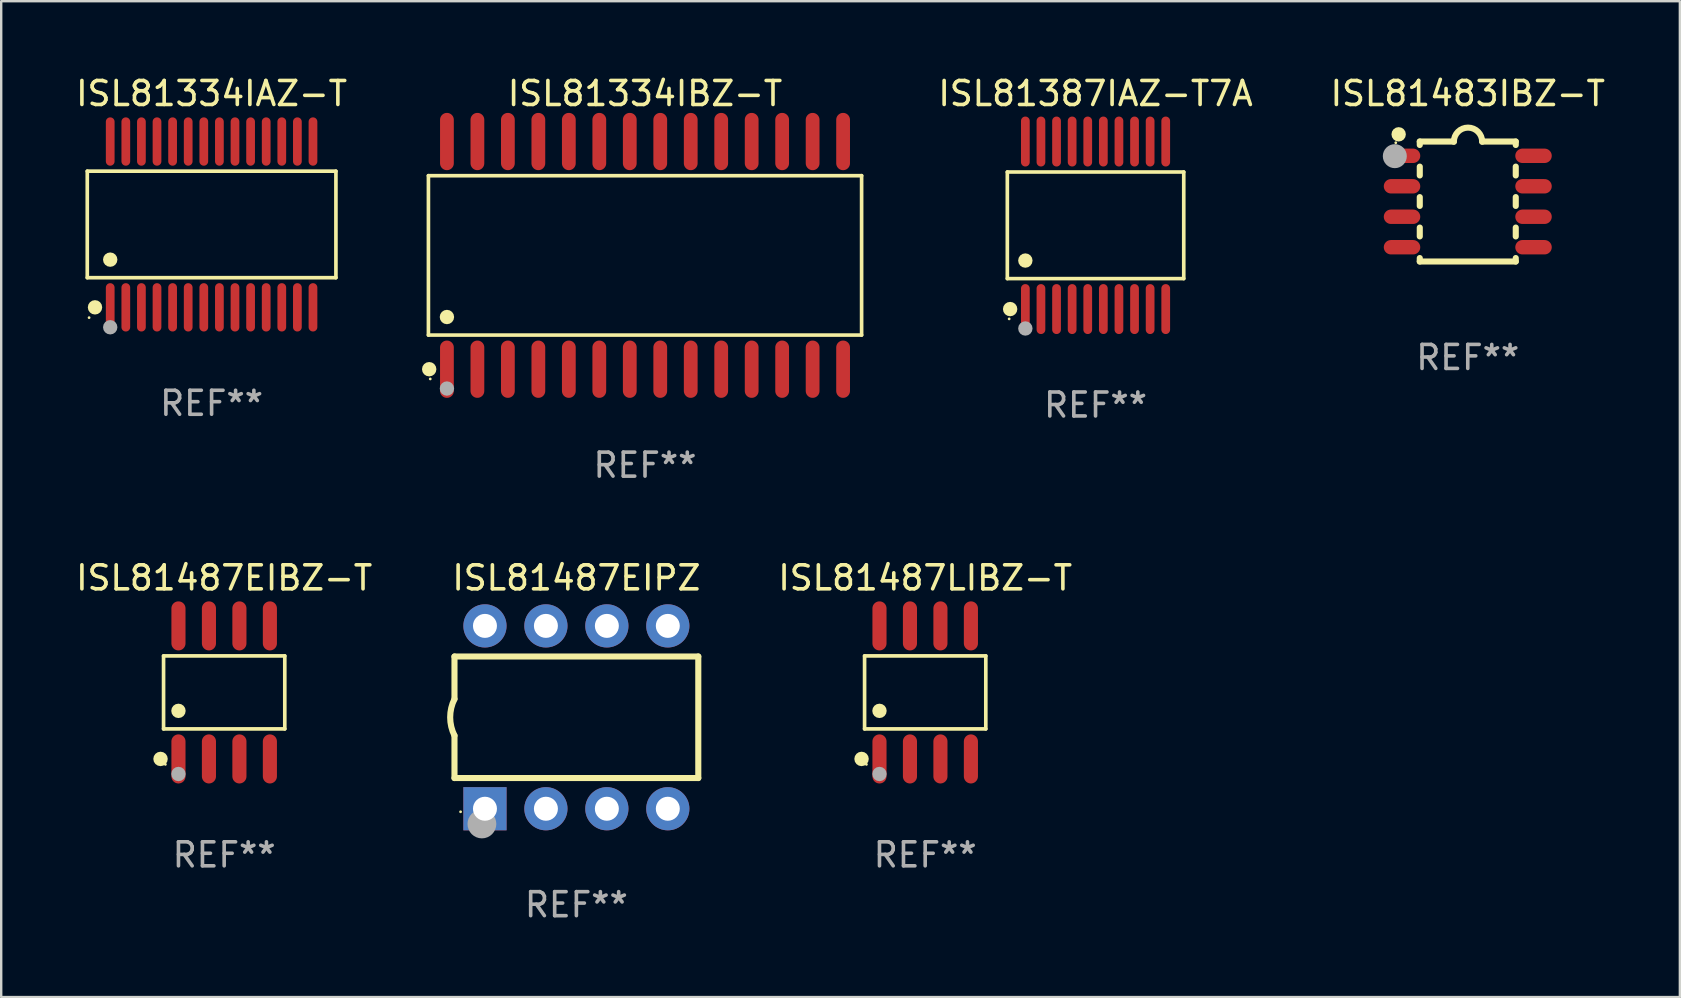
<source format=kicad_pcb>
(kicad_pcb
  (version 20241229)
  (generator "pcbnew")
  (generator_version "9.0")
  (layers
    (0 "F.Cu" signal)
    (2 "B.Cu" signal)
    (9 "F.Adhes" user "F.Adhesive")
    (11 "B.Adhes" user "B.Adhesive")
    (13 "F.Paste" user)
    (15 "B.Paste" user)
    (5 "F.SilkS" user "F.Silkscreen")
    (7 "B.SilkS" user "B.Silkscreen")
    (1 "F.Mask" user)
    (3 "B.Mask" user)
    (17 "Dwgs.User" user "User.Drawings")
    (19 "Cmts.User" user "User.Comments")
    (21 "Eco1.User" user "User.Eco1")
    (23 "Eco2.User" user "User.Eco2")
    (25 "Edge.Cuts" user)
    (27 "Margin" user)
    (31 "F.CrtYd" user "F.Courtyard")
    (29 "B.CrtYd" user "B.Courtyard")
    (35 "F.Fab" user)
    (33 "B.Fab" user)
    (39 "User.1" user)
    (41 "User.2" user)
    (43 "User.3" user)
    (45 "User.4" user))
  (footprint "ISL81483IBZ-T"
    (layer "F.Cu")
    (at 58.117 5.348)
    (property "Reference" "ISL81483IBZ-T" (at 0 -4.5 0) (layer "F.SilkS") (effects (font (size 1 1) (thickness 0.15))))
    (attr through_hole)
    (fp_line (start -2 -2.5) (end -2 -2.356) (stroke (width 0.254) (type solid)) (layer "F.SilkS"))
    (fp_line (start -2 -1.454) (end -2 -1.086) (stroke (width 0.254) (type solid)) (layer "F.SilkS"))
    (fp_line (start -2 -0.184) (end -2 0.184) (stroke (width 0.254) (type solid)) (layer "F.SilkS"))
    (fp_line (start -2 1.086) (end -2 1.454) (stroke (width 0.254) (type solid)) (layer "F.SilkS"))
    (fp_line (start -2 2.356) (end -2 2.5) (stroke (width 0.254) (type solid)) (layer "F.SilkS"))
    (fp_line (start -0.58 -2.5) (end -2 -2.5) (stroke (width 0.254) (type solid)) (layer "F.SilkS"))
    (fp_line (start 2 -2.5) (end 0.6 -2.5) (stroke (width 0.254) (type solid)) (layer "F.SilkS"))
    (fp_line (start 2 -2.5) (end 2 -2.356) (stroke (width 0.254) (type solid)) (layer "F.SilkS"))
    (fp_line (start 2 -1.454) (end 2 -1.086) (stroke (width 0.254) (type solid)) (layer "F.SilkS"))
    (fp_line (start 2 -0.184) (end 2 0.184) (stroke (width 0.254) (type solid)) (layer "F.SilkS"))
    (fp_line (start 2 1.086) (end 2 1.454) (stroke (width 0.254) (type solid)) (layer "F.SilkS"))
    (fp_line (start 2 2.356) (end 2 2.5) (stroke (width 0.254) (type solid)) (layer "F.SilkS"))
    (fp_line (start 2 2.5) (end -2 2.5) (stroke (width 0.254) (type solid)) (layer "F.SilkS"))
    (fp_arc (start -0.579908 -2.489992) (mid 0.010097 -3.07831) (end 0.600102 -2.489992) (stroke (width 0.254001) (type solid)) (layer "F.SilkS"))
    (fp_circle (center -3 -2.45) (end -2.97 -2.45) (stroke (width 0.06) (type solid)) (fill no) (layer "F.SilkS"))
    (fp_circle (center -2.88 -2.8) (end -2.73 -2.8) (stroke (width 0.3) (type solid)) (fill no) (layer "F.SilkS"))
    (fp_circle (center -3.04 -1.89) (end -2.79 -1.89) (stroke (width 0.5) (type solid)) (fill no) (layer "F.Fab"))
    (fp_text user "REF**" (at 0 6.5 0) (layer "F.Fab") (effects (font (size 1 1) (thickness 0.15))))
    (pad "1" smd oval (at -2.74 -1.905 90) (size 0.6 1.52) (layers "F.Cu" "F.Mask" "F.Paste"))
    (pad "2" smd oval (at -2.74 -0.635 90) (size 0.6 1.52) (layers "F.Cu" "F.Mask" "F.Paste"))
    (pad "3" smd oval (at -2.74 0.635 90) (size 0.6 1.52) (layers "F.Cu" "F.Mask" "F.Paste"))
    (pad "4" smd oval (at -2.74 1.905 90) (size 0.6 1.52) (layers "F.Cu" "F.Mask" "F.Paste"))
    (pad "5" smd oval (at 2.74 1.905 90) (size 0.6 1.52) (layers "F.Cu" "F.Mask" "F.Paste"))
    (pad "6" smd oval (at 2.74 0.635 90) (size 0.6 1.52) (layers "F.Cu" "F.Mask" "F.Paste"))
    (pad "7" smd oval (at 2.74 -0.635 90) (size 0.6 1.52) (layers "F.Cu" "F.Mask" "F.Paste"))
    (pad "8" smd oval (at 2.74 -1.905 90) (size 0.6 1.52) (layers "F.Cu" "F.Mask" "F.Paste")))
  (footprint "ISL81487LIBZ-T"
    (layer "F.Cu")
    (at 35.506 25.805)
    (property "Reference" "ISL81487LIBZ-T" (at 0 -4.772 0) (layer "F.SilkS") (effects (font (size 1 1) (thickness 0.15))))
    (attr through_hole)
    (fp_line (start -2.526 -1.521) (end 2.526 -1.521) (stroke (width 0.152) (type solid)) (layer "F.SilkS"))
    (fp_line (start -2.526 1.521) (end -2.526 -1.521) (stroke (width 0.152) (type solid)) (layer "F.SilkS"))
    (fp_line (start 2.526 -1.521) (end 2.526 1.521) (stroke (width 0.152) (type solid)) (layer "F.SilkS"))
    (fp_line (start 2.526 1.521) (end -2.526 1.521) (stroke (width 0.152) (type solid)) (layer "F.SilkS"))
    (fp_circle (center -2.652 2.772) (end -2.501 2.772) (stroke (width 0.3) (type solid)) (fill no) (layer "F.SilkS"))
    (fp_circle (center -2.45 3) (end -2.42 3) (stroke (width 0.06) (type solid)) (fill no) (layer "F.SilkS"))
    (fp_circle (center -1.905 0.769) (end -1.755 0.769) (stroke (width 0.3) (type solid)) (fill no) (layer "F.SilkS"))
    (fp_circle (center -1.905 3.4) (end -1.755 3.4) (stroke (width 0.3) (type solid)) (fill no) (layer "F.Fab"))
    (fp_text user "REF**" (at 0 6.772 0) (layer "F.Fab") (effects (font (size 1 1) (thickness 0.15))))
    (pad "1" smd oval (at -1.905 2.772) (size 0.588 2.045) (layers "F.Cu" "F.Mask" "F.Paste"))
    (pad "2" smd oval (at -0.635 2.772) (size 0.588 2.045) (layers "F.Cu" "F.Mask" "F.Paste"))
    (pad "3" smd oval (at 0.635 2.772) (size 0.588 2.045) (layers "F.Cu" "F.Mask" "F.Paste"))
    (pad "4" smd oval (at 1.905 2.772) (size 0.588 2.045) (layers "F.Cu" "F.Mask" "F.Paste"))
    (pad "5" smd oval (at 1.905 -2.772) (size 0.588 2.045) (layers "F.Cu" "F.Mask" "F.Paste"))
    (pad "6" smd oval (at 0.635 -2.772) (size 0.588 2.045) (layers "F.Cu" "F.Mask" "F.Paste"))
    (pad "7" smd oval (at -0.635 -2.772) (size 0.588 2.045) (layers "F.Cu" "F.Mask" "F.Paste"))
    (pad "8" smd oval (at -1.905 -2.772) (size 0.588 2.045) (layers "F.Cu" "F.Mask" "F.Paste")))
  (footprint "ISL81387IAZ-T7A"
    (layer "F.Cu")
    (at 42.605 6.339)
    (property "Reference" "ISL81387IAZ-T7A" (at 0 -5.491 0) (layer "F.SilkS") (effects (font (size 1 1) (thickness 0.15))))
    (attr through_hole)
    (fp_line (start -3.676 -2.221) (end 3.676 -2.221) (stroke (width 0.152) (type solid)) (layer "F.SilkS"))
    (fp_line (start -3.676 2.221) (end -3.676 -2.221) (stroke (width 0.152) (type solid)) (layer "F.SilkS"))
    (fp_line (start 3.676 -2.221) (end 3.676 2.221) (stroke (width 0.152) (type solid)) (layer "F.SilkS"))
    (fp_line (start 3.676 2.221) (end -3.676 2.221) (stroke (width 0.152) (type solid)) (layer "F.SilkS"))
    (fp_circle (center -3.6 3.9) (end -3.57 3.9) (stroke (width 0.06) (type solid)) (fill no) (layer "F.SilkS"))
    (fp_circle (center -3.559 3.491) (end -3.409 3.491) (stroke (width 0.3) (type solid)) (fill no) (layer "F.SilkS"))
    (fp_circle (center -2.925 1.469) (end -2.775 1.469) (stroke (width 0.3) (type solid)) (fill no) (layer "F.SilkS"))
    (fp_circle (center -2.925 4.3) (end -2.775 4.3) (stroke (width 0.3) (type solid)) (fill no) (layer "F.Fab"))
    (fp_text user "REF**" (at 0 7.491 0) (layer "F.Fab") (effects (font (size 1 1) (thickness 0.15))))
    (pad "1" smd oval (at -2.925 3.491) (size 0.364 2.082) (layers "F.Cu" "F.Mask" "F.Paste"))
    (pad "2" smd oval (at -2.275 3.491) (size 0.364 2.082) (layers "F.Cu" "F.Mask" "F.Paste"))
    (pad "3" smd oval (at -1.625 3.491) (size 0.364 2.082) (layers "F.Cu" "F.Mask" "F.Paste"))
    (pad "4" smd oval (at -0.975 3.491) (size 0.364 2.082) (layers "F.Cu" "F.Mask" "F.Paste"))
    (pad "5" smd oval (at -0.325 3.491) (size 0.364 2.082) (layers "F.Cu" "F.Mask" "F.Paste"))
    (pad "6" smd oval (at 0.325 3.491) (size 0.364 2.082) (layers "F.Cu" "F.Mask" "F.Paste"))
    (pad "7" smd oval (at 0.975 3.491) (size 0.364 2.082) (layers "F.Cu" "F.Mask" "F.Paste"))
    (pad "8" smd oval (at 1.625 3.491) (size 0.364 2.082) (layers "F.Cu" "F.Mask" "F.Paste"))
    (pad "9" smd oval (at 2.275 3.491) (size 0.364 2.082) (layers "F.Cu" "F.Mask" "F.Paste"))
    (pad "10" smd oval (at 2.925 3.491) (size 0.364 2.082) (layers "F.Cu" "F.Mask" "F.Paste"))
    (pad "11" smd oval (at 2.925 -3.491) (size 0.364 2.082) (layers "F.Cu" "F.Mask" "F.Paste"))
    (pad "12" smd oval (at 2.275 -3.491) (size 0.364 2.082) (layers "F.Cu" "F.Mask" "F.Paste"))
    (pad "13" smd oval (at 1.625 -3.491) (size 0.364 2.082) (layers "F.Cu" "F.Mask" "F.Paste"))
    (pad "14" smd oval (at 0.975 -3.491) (size 0.364 2.082) (layers "F.Cu" "F.Mask" "F.Paste"))
    (pad "15" smd oval (at 0.325 -3.491) (size 0.364 2.082) (layers "F.Cu" "F.Mask" "F.Paste"))
    (pad "16" smd oval (at -0.325 -3.491) (size 0.364 2.082) (layers "F.Cu" "F.Mask" "F.Paste"))
    (pad "17" smd oval (at -0.975 -3.491) (size 0.364 2.082) (layers "F.Cu" "F.Mask" "F.Paste"))
    (pad "18" smd oval (at -1.625 -3.491) (size 0.364 2.082) (layers "F.Cu" "F.Mask" "F.Paste"))
    (pad "19" smd oval (at -2.275 -3.491) (size 0.364 2.082) (layers "F.Cu" "F.Mask" "F.Paste"))
    (pad "20" smd oval (at -2.925 -3.491) (size 0.364 2.082) (layers "F.Cu" "F.Mask" "F.Paste")))
  (footprint "ISL81334IAZ-T"
    (layer "F.Cu")
    (at 5.768 6.303)
    (property "Reference" "ISL81334IAZ-T" (at 0 -5.455 0) (layer "F.SilkS") (effects (font (size 1 1) (thickness 0.15))))
    (attr through_hole)
    (fp_line (start -5.181 -2.219) (end 5.181 -2.219) (stroke (width 0.152) (type solid)) (layer "F.SilkS"))
    (fp_line (start -5.181 2.219) (end -5.181 -2.219) (stroke (width 0.152) (type solid)) (layer "F.SilkS"))
    (fp_line (start 5.181 -2.219) (end 5.181 2.219) (stroke (width 0.152) (type solid)) (layer "F.SilkS"))
    (fp_line (start 5.181 2.219) (end -5.181 2.219) (stroke (width 0.152) (type solid)) (layer "F.SilkS"))
    (fp_circle (center -5.105 3.885) (end -5.075 3.885) (stroke (width 0.06) (type solid)) (fill no) (layer "F.SilkS"))
    (fp_circle (center -4.859 3.455) (end -4.709 3.455) (stroke (width 0.3) (type solid)) (fill no) (layer "F.SilkS"))
    (fp_circle (center -4.225 1.467) (end -4.075 1.467) (stroke (width 0.3) (type solid)) (fill no) (layer "F.SilkS"))
    (fp_circle (center -4.225 4.285) (end -4.075 4.285) (stroke (width 0.3) (type solid)) (fill no) (layer "F.Fab"))
    (fp_text user "REF**" (at 0 7.455 0) (layer "F.Fab") (effects (font (size 1 1) (thickness 0.15))))
    (pad "1" smd oval (at -4.225 3.455) (size 0.364 2.015) (layers "F.Cu" "F.Mask" "F.Paste"))
    (pad "2" smd oval (at -3.575 3.455) (size 0.364 2.015) (layers "F.Cu" "F.Mask" "F.Paste"))
    (pad "3" smd oval (at -2.925 3.455) (size 0.364 2.015) (layers "F.Cu" "F.Mask" "F.Paste"))
    (pad "4" smd oval (at -2.275 3.455) (size 0.364 2.015) (layers "F.Cu" "F.Mask" "F.Paste"))
    (pad "5" smd oval (at -1.625 3.455) (size 0.364 2.015) (layers "F.Cu" "F.Mask" "F.Paste"))
    (pad "6" smd oval (at -0.975 3.455) (size 0.364 2.015) (layers "F.Cu" "F.Mask" "F.Paste"))
    (pad "7" smd oval (at -0.325 3.455) (size 0.364 2.015) (layers "F.Cu" "F.Mask" "F.Paste"))
    (pad "8" smd oval (at 0.325 3.455) (size 0.364 2.015) (layers "F.Cu" "F.Mask" "F.Paste"))
    (pad "9" smd oval (at 0.975 3.455) (size 0.364 2.015) (layers "F.Cu" "F.Mask" "F.Paste"))
    (pad "10" smd oval (at 1.625 3.455) (size 0.364 2.015) (layers "F.Cu" "F.Mask" "F.Paste"))
    (pad "11" smd oval (at 2.275 3.455) (size 0.364 2.015) (layers "F.Cu" "F.Mask" "F.Paste"))
    (pad "12" smd oval (at 2.925 3.455) (size 0.364 2.015) (layers "F.Cu" "F.Mask" "F.Paste"))
    (pad "13" smd oval (at 3.575 3.455) (size 0.364 2.015) (layers "F.Cu" "F.Mask" "F.Paste"))
    (pad "14" smd oval (at 4.225 3.455) (size 0.364 2.015) (layers "F.Cu" "F.Mask" "F.Paste"))
    (pad "15" smd oval (at 4.225 -3.455) (size 0.364 2.015) (layers "F.Cu" "F.Mask" "F.Paste"))
    (pad "16" smd oval (at 3.575 -3.455) (size 0.364 2.015) (layers "F.Cu" "F.Mask" "F.Paste"))
    (pad "17" smd oval (at 2.925 -3.455) (size 0.364 2.015) (layers "F.Cu" "F.Mask" "F.Paste"))
    (pad "18" smd oval (at 2.275 -3.455) (size 0.364 2.015) (layers "F.Cu" "F.Mask" "F.Paste"))
    (pad "19" smd oval (at 1.625 -3.455) (size 0.364 2.015) (layers "F.Cu" "F.Mask" "F.Paste"))
    (pad "20" smd oval (at 0.975 -3.455) (size 0.364 2.015) (layers "F.Cu" "F.Mask" "F.Paste"))
    (pad "21" smd oval (at 0.325 -3.455) (size 0.364 2.015) (layers "F.Cu" "F.Mask" "F.Paste"))
    (pad "22" smd oval (at -0.325 -3.455) (size 0.364 2.015) (layers "F.Cu" "F.Mask" "F.Paste"))
    (pad "23" smd oval (at -0.975 -3.455) (size 0.364 2.015) (layers "F.Cu" "F.Mask" "F.Paste"))
    (pad "24" smd oval (at -1.625 -3.455) (size 0.364 2.015) (layers "F.Cu" "F.Mask" "F.Paste"))
    (pad "25" smd oval (at -2.275 -3.455) (size 0.364 2.015) (layers "F.Cu" "F.Mask" "F.Paste"))
    (pad "26" smd oval (at -2.925 -3.455) (size 0.364 2.015) (layers "F.Cu" "F.Mask" "F.Paste"))
    (pad "27" smd oval (at -3.575 -3.455) (size 0.364 2.015) (layers "F.Cu" "F.Mask" "F.Paste"))
    (pad "28" smd oval (at -4.225 -3.455) (size 0.364 2.015) (layers "F.Cu" "F.Mask" "F.Paste")))
  (footprint "ISL81487EIBZ-T"
    (layer "F.Cu")
    (at 6.292 25.805)
    (property "Reference" "ISL81487EIBZ-T" (at 0 -4.772 0) (layer "F.SilkS") (effects (font (size 1 1) (thickness 0.15))))
    (attr through_hole)
    (fp_line (start -2.526 -1.521) (end 2.526 -1.521) (stroke (width 0.152) (type solid)) (layer "F.SilkS"))
    (fp_line (start -2.526 1.521) (end -2.526 -1.521) (stroke (width 0.152) (type solid)) (layer "F.SilkS"))
    (fp_line (start 2.526 -1.521) (end 2.526 1.521) (stroke (width 0.152) (type solid)) (layer "F.SilkS"))
    (fp_line (start 2.526 1.521) (end -2.526 1.521) (stroke (width 0.152) (type solid)) (layer "F.SilkS"))
    (fp_circle (center -2.652 2.772) (end -2.501 2.772) (stroke (width 0.3) (type solid)) (fill no) (layer "F.SilkS"))
    (fp_circle (center -2.45 3) (end -2.42 3) (stroke (width 0.06) (type solid)) (fill no) (layer "F.SilkS"))
    (fp_circle (center -1.905 0.769) (end -1.755 0.769) (stroke (width 0.3) (type solid)) (fill no) (layer "F.SilkS"))
    (fp_circle (center -1.905 3.4) (end -1.755 3.4) (stroke (width 0.3) (type solid)) (fill no) (layer "F.Fab"))
    (fp_text user "REF**" (at 0 6.772 0) (layer "F.Fab") (effects (font (size 1 1) (thickness 0.15))))
    (pad "1" smd oval (at -1.905 2.772) (size 0.588 2.045) (layers "F.Cu" "F.Mask" "F.Paste"))
    (pad "2" smd oval (at -0.635 2.772) (size 0.588 2.045) (layers "F.Cu" "F.Mask" "F.Paste"))
    (pad "3" smd oval (at 0.635 2.772) (size 0.588 2.045) (layers "F.Cu" "F.Mask" "F.Paste"))
    (pad "4" smd oval (at 1.905 2.772) (size 0.588 2.045) (layers "F.Cu" "F.Mask" "F.Paste"))
    (pad "5" smd oval (at 1.905 -2.772) (size 0.588 2.045) (layers "F.Cu" "F.Mask" "F.Paste"))
    (pad "6" smd oval (at 0.635 -2.772) (size 0.588 2.045) (layers "F.Cu" "F.Mask" "F.Paste"))
    (pad "7" smd oval (at -0.635 -2.772) (size 0.588 2.045) (layers "F.Cu" "F.Mask" "F.Paste"))
    (pad "8" smd oval (at -1.905 -2.772) (size 0.588 2.045) (layers "F.Cu" "F.Mask" "F.Paste")))
  (footprint "ISL81334IBZ-T"
    (layer "F.Cu")
    (at 23.83 7.592)
    (property "Reference" "ISL81334IBZ-T" (at 0 -6.744 0) (layer "F.SilkS") (effects (font (size 1 1) (thickness 0.15))))
    (attr through_hole)
    (fp_line (start -9.026 -3.321) (end 9.026 -3.321) (stroke (width 0.152) (type solid)) (layer "F.SilkS"))
    (fp_line (start -9.026 3.321) (end -9.026 -3.321) (stroke (width 0.152) (type solid)) (layer "F.SilkS"))
    (fp_line (start 9.026 -3.321) (end 9.026 3.321) (stroke (width 0.152) (type solid)) (layer "F.SilkS"))
    (fp_line (start 9.026 3.321) (end -9.026 3.321) (stroke (width 0.152) (type solid)) (layer "F.SilkS"))
    (fp_circle (center -8.994 4.744) (end -8.844 4.744) (stroke (width 0.3) (type solid)) (fill no) (layer "F.SilkS"))
    (fp_circle (center -8.95 5.15) (end -8.92 5.15) (stroke (width 0.06) (type solid)) (fill no) (layer "F.SilkS"))
    (fp_circle (center -8.255 2.569) (end -8.105 2.569) (stroke (width 0.3) (type solid)) (fill no) (layer "F.SilkS"))
    (fp_circle (center -8.255 5.55) (end -8.105 5.55) (stroke (width 0.3) (type solid)) (fill no) (layer "F.Fab"))
    (fp_text user "REF**" (at 0 8.744 0) (layer "F.Fab") (effects (font (size 1 1) (thickness 0.15))))
    (pad "1" smd oval (at -8.255 4.744) (size 0.574 2.388) (layers "F.Cu" "F.Mask" "F.Paste"))
    (pad "2" smd oval (at -6.985 4.744) (size 0.574 2.388) (layers "F.Cu" "F.Mask" "F.Paste"))
    (pad "3" smd oval (at -5.715 4.744) (size 0.574 2.388) (layers "F.Cu" "F.Mask" "F.Paste"))
    (pad "4" smd oval (at -4.445 4.744) (size 0.574 2.388) (layers "F.Cu" "F.Mask" "F.Paste"))
    (pad "5" smd oval (at -3.175 4.744) (size 0.574 2.388) (layers "F.Cu" "F.Mask" "F.Paste"))
    (pad "6" smd oval (at -1.905 4.744) (size 0.574 2.388) (layers "F.Cu" "F.Mask" "F.Paste"))
    (pad "7" smd oval (at -0.635 4.744) (size 0.574 2.388) (layers "F.Cu" "F.Mask" "F.Paste"))
    (pad "8" smd oval (at 0.635 4.744) (size 0.574 2.388) (layers "F.Cu" "F.Mask" "F.Paste"))
    (pad "9" smd oval (at 1.905 4.744) (size 0.574 2.388) (layers "F.Cu" "F.Mask" "F.Paste"))
    (pad "10" smd oval (at 3.175 4.744) (size 0.574 2.388) (layers "F.Cu" "F.Mask" "F.Paste"))
    (pad "11" smd oval (at 4.445 4.744) (size 0.574 2.388) (layers "F.Cu" "F.Mask" "F.Paste"))
    (pad "12" smd oval (at 5.715 4.744) (size 0.574 2.388) (layers "F.Cu" "F.Mask" "F.Paste"))
    (pad "13" smd oval (at 6.985 4.744) (size 0.574 2.388) (layers "F.Cu" "F.Mask" "F.Paste"))
    (pad "14" smd oval (at 8.255 4.744) (size 0.574 2.388) (layers "F.Cu" "F.Mask" "F.Paste"))
    (pad "15" smd oval (at 8.255 -4.744) (size 0.574 2.388) (layers "F.Cu" "F.Mask" "F.Paste"))
    (pad "16" smd oval (at 6.985 -4.744) (size 0.574 2.388) (layers "F.Cu" "F.Mask" "F.Paste"))
    (pad "17" smd oval (at 5.715 -4.744) (size 0.574 2.388) (layers "F.Cu" "F.Mask" "F.Paste"))
    (pad "18" smd oval (at 4.445 -4.744) (size 0.574 2.388) (layers "F.Cu" "F.Mask" "F.Paste"))
    (pad "19" smd oval (at 3.175 -4.744) (size 0.574 2.388) (layers "F.Cu" "F.Mask" "F.Paste"))
    (pad "20" smd oval (at 1.905 -4.744) (size 0.574 2.388) (layers "F.Cu" "F.Mask" "F.Paste"))
    (pad "21" smd oval (at 0.635 -4.744) (size 0.574 2.388) (layers "F.Cu" "F.Mask" "F.Paste"))
    (pad "22" smd oval (at -0.635 -4.744) (size 0.574 2.388) (layers "F.Cu" "F.Mask" "F.Paste"))
    (pad "23" smd oval (at -1.905 -4.744) (size 0.574 2.388) (layers "F.Cu" "F.Mask" "F.Paste"))
    (pad "24" smd oval (at -3.175 -4.744) (size 0.574 2.388) (layers "F.Cu" "F.Mask" "F.Paste"))
    (pad "25" smd oval (at -4.445 -4.744) (size 0.574 2.388) (layers "F.Cu" "F.Mask" "F.Paste"))
    (pad "26" smd oval (at -5.715 -4.744) (size 0.574 2.388) (layers "F.Cu" "F.Mask" "F.Paste"))
    (pad "27" smd oval (at -6.985 -4.744) (size 0.574 2.388) (layers "F.Cu" "F.Mask" "F.Paste"))
    (pad "28" smd oval (at -8.255 -4.744) (size 0.574 2.388) (layers "F.Cu" "F.Mask" "F.Paste")))
  (footprint "ISL81487EIPZ"
    (layer "F.Cu")
    (at 20.97 26.843)
    (property "Reference" "ISL81487EIPZ" (at 0 -5.81 0) (layer "F.SilkS") (effects (font (size 1 1) (thickness 0.15))))
    (attr through_hole)
    (fp_line (start -5.08 -2.534) (end 5.08 -2.534) (stroke (width 0.254) (type solid)) (layer "F.SilkS"))
    (fp_line (start -5.08 -0.762) (end -5.08 -2.534) (stroke (width 0.254) (type solid)) (layer "F.SilkS"))
    (fp_line (start -5.08 2.531) (end -5.08 0.762) (stroke (width 0.254) (type solid)) (layer "F.SilkS"))
    (fp_line (start -5.08 2.531) (end 5.08 2.531) (stroke (width 0.254) (type solid)) (layer "F.SilkS"))
    (fp_line (start 5.08 2.531) (end 5.08 -2.534) (stroke (width 0.254) (type solid)) (layer "F.SilkS"))
    (fp_arc (start -5.08001 0.762001) (mid -5.259894 0) (end -5.08001 -0.762002) (stroke (width 0.254001) (type solid)) (layer "F.SilkS"))
    (fp_circle (center -4.826 3.937) (end -4.796 3.937) (stroke (width 0.06) (type solid)) (fill no) (layer "F.SilkS"))
    (fp_circle (center -3.937 4.445) (end -3.637 4.445) (stroke (width 0.6) (type solid)) (fill no) (layer "F.Fab"))
    (fp_text user "REF**" (at 0 7.81 0) (layer "F.Fab") (effects (font (size 1 1) (thickness 0.15))))
    (pad "1" thru_hole rect (at -3.81 3.81) (size 1.8 1.8) (drill 1) (layers "*.Cu" "*.Mask"))
    (pad "2" thru_hole circle (at -1.27 3.81) (size 1.8 1.8) (drill 1) (layers "*.Cu" "*.Mask"))
    (pad "3" thru_hole circle (at 1.27 3.81) (size 1.8 1.8) (drill 1) (layers "*.Cu" "*.Mask"))
    (pad "4" thru_hole circle (at 3.81 3.81) (size 1.8 1.8) (drill 1) (layers "*.Cu" "*.Mask"))
    (pad "5" thru_hole circle (at 3.81 -3.81) (size 1.8 1.8) (drill 1) (layers "*.Cu" "*.Mask"))
    (pad "6" thru_hole circle (at 1.27 -3.81) (size 1.8 1.8) (drill 1) (layers "*.Cu" "*.Mask"))
    (pad "7" thru_hole circle (at -1.27 -3.81) (size 1.8 1.8) (drill 1) (layers "*.Cu" "*.Mask"))
    (pad "8" thru_hole circle (at -3.81 -3.81) (size 1.8 1.8) (drill 1) (layers "*.Cu" "*.Mask")))
  (gr_rect
    (start -3 -3)
    (end 66.956 38.501)
    (stroke (width 0.1) (type default))
    (fill no)
    (layer "Edge.Cuts")))
</source>
